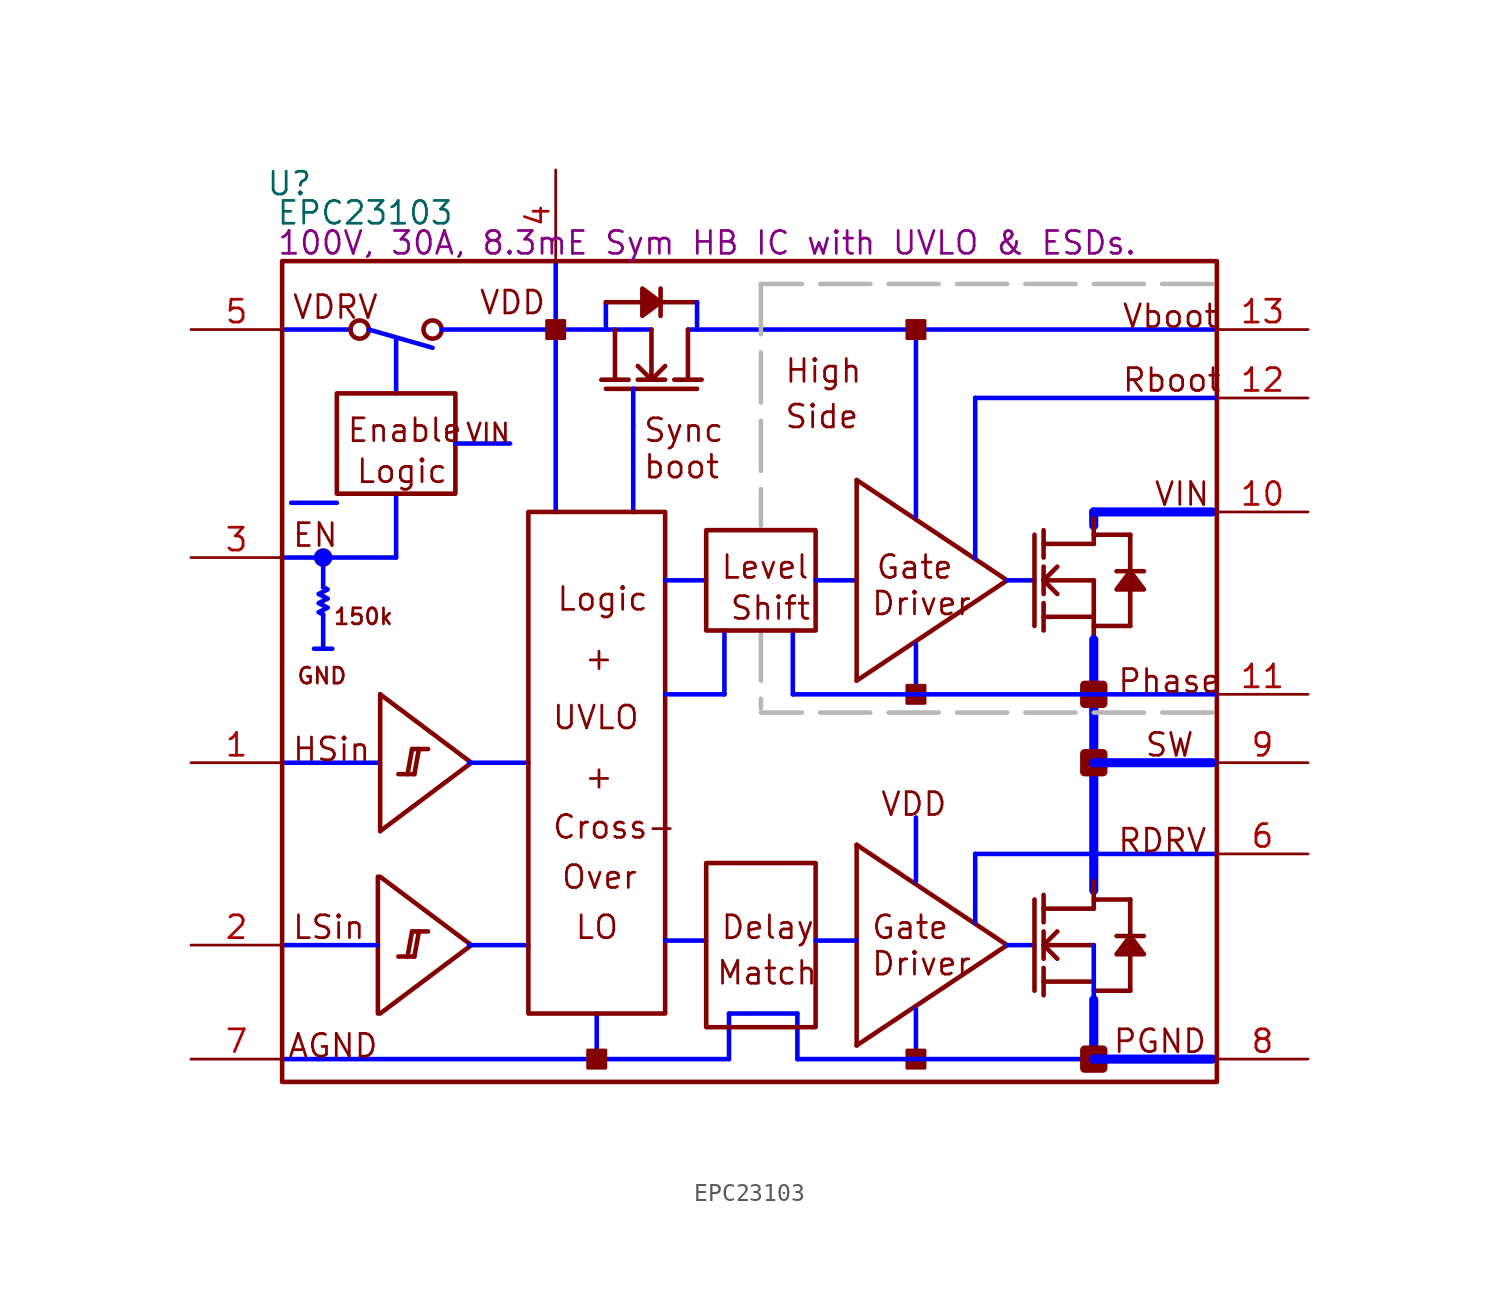
<source format=kicad_sym>
(kicad_symbol_lib
  (version 20220914)
  (generator kicad_symbol_editor)
  (symbol "EPC23103"
    (property "Reference" "U"
      (at 5.486 50.038 0)
      (effects (font (size 1.27 1.27))))
    (property "Value" "EPC23103"
      (at 9.703 48.412 0)
      (effects (font (size 1.27 1.27))))
    (property "Description" "100V, 30A, 8.3mE Sym HB IC with UVLO & ESDs."
      (at 28.753 46.736 0)
      (effects (font (size 1.27 1.27))))
    (symbol "EPC23103_1_0"
      (polyline (pts (xy 5.08 1.27) (xy 29.972 1.27)) (stroke (width 0.254) (type solid) (color 0 0 255 1)) (fill (type none)))
      (polyline (pts (xy 5.08 41.91) (xy 8.89 41.91)) (stroke (width 0.254) (type solid) (color 0 0 255 1)) (fill (type none)))
      (polyline (pts (xy 5.588 32.258) (xy 8.128 32.258)) (stroke (width 0.254) (type solid) (color 0 0 255 1)) (fill (type none)))
      (polyline (pts (xy 7.366 26.035) (xy 7.366 24.13)) (stroke (width 0.254) (type solid) (color 0 0 255 1)) (fill (type none)))
      (polyline (pts (xy 7.366 29.21) (xy 7.366 27.559)) (stroke (width 0.254) (type solid) (color 0 0 255 1)) (fill (type none)))
      (polyline (pts (xy 7.874 24.13) (xy 6.858 24.13)) (stroke (width 0.254) (type solid) (color 0 0 255 1)) (fill (type none)))
      (polyline (pts (xy 9.906 41.91) (xy 13.462 40.894)) (stroke (width 0.254) (type solid) (color 0 0 255 1)) (fill (type none)))
      (polyline (pts (xy 10.414 7.62) (xy 5.08 7.62)) (stroke (width 0.254) (type solid) (color 0 0 255 1)) (fill (type none)))
      (polyline (pts (xy 10.414 11.43) (xy 10.414 3.81)) (stroke (width 0.254) (type solid)) (fill (type none)))
      (polyline (pts (xy 10.414 17.78) (xy 5.08 17.78)) (stroke (width 0.254) (type solid) (color 0 0 255 1)) (fill (type none)))
      (polyline (pts (xy 10.541 3.81) (xy 15.621 7.62)) (stroke (width 0.254) (type solid)) (fill (type none)))
      (polyline (pts (xy 10.541 11.43) (xy 15.621 7.62)) (stroke (width 0.254) (type solid)) (fill (type none)))
      (polyline (pts (xy 10.541 13.97) (xy 15.621 17.78)) (stroke (width 0.254) (type solid)) (fill (type none)))
      (polyline (pts (xy 10.541 21.59) (xy 10.541 13.97)) (stroke (width 0.254) (type solid)) (fill (type none)))
      (polyline (pts (xy 10.541 21.59) (xy 15.621 17.78)) (stroke (width 0.254) (type solid)) (fill (type none)))
      (polyline (pts (xy 11.43 29.21) (xy 5.08 29.21)) (stroke (width 0.254) (type solid) (color 0 0 255 1)) (fill (type none)))
      (polyline (pts (xy 11.43 29.21) (xy 11.43 32.766)) (stroke (width 0.254) (type solid) (color 0 0 255 1)) (fill (type none)))
      (polyline (pts (xy 11.43 38.354) (xy 11.43 41.402)) (stroke (width 0.254) (type solid) (color 0 0 255 1)) (fill (type none)))
      (polyline (pts (xy 12.065 6.985) (xy 12.319 8.382)) (stroke (width 0.254) (type solid)) (fill (type none)))
      (polyline (pts (xy 12.065 17.145) (xy 12.319 18.542)) (stroke (width 0.254) (type solid)) (fill (type none)))
      (polyline (pts (xy 12.446 6.985) (xy 11.557 6.985)) (stroke (width 0.254) (type solid)) (fill (type none)))
      (polyline (pts (xy 12.446 6.985) (xy 12.7 8.382)) (stroke (width 0.254) (type solid)) (fill (type none)))
      (polyline (pts (xy 12.446 17.145) (xy 11.557 17.145)) (stroke (width 0.254) (type solid)) (fill (type none)))
      (polyline (pts (xy 12.446 17.145) (xy 12.7 18.542)) (stroke (width 0.254) (type solid)) (fill (type none)))
      (polyline (pts (xy 13.208 8.382) (xy 12.319 8.382)) (stroke (width 0.254) (type solid)) (fill (type none)))
      (polyline (pts (xy 13.208 18.542) (xy 12.319 18.542)) (stroke (width 0.254) (type solid)) (fill (type none)))
      (polyline (pts (xy 13.97 41.91) (xy 25.654 41.91)) (stroke (width 0.254) (type solid) (color 0 0 255 1)) (fill (type none)))
      (polyline (pts (xy 15.494 7.62) (xy 18.796 7.62)) (stroke (width 0.254) (type solid) (color 0 0 255 1)) (fill (type none)))
      (polyline (pts (xy 15.494 17.78) (xy 18.796 17.78)) (stroke (width 0.254) (type solid) (color 0 0 255 1)) (fill (type none)))
      (polyline (pts (xy 17.78 35.56) (xy 14.732 35.56)) (stroke (width 0.254) (type solid) (color 0 0 255 1)) (fill (type none)))
      (polyline (pts (xy 20.32 31.75) (xy 20.32 45.72)) (stroke (width 0.254) (type solid) (color 0 0 255 1)) (fill (type none)))
      (polyline (pts (xy 22.606 1.27) (xy 22.606 3.81)) (stroke (width 0.254) (type solid) (color 0 0 255 1)) (fill (type none)))
      (polyline (pts (xy 23.114 38.608) (xy 28.194 38.608)) (stroke (width 0.254) (type solid)) (fill (type none)))
      (polyline (pts (xy 23.114 43.434) (xy 23.114 41.91)) (stroke (width 0.254) (type solid) (color 0 0 255 1)) (fill (type none)))
      (polyline (pts (xy 23.114 43.434) (xy 25.146 43.434)) (stroke (width 0.254) (type solid)) (fill (type none)))
      (polyline (pts (xy 23.622 41.91) (xy 23.622 39.116)) (stroke (width 0.254) (type solid)) (fill (type none)))
      (polyline (pts (xy 24.384 39.116) (xy 22.86 39.116)) (stroke (width 0.254) (type solid)) (fill (type none)))
      (polyline (pts (xy 24.638 31.75) (xy 24.638 36.576)) (stroke (width 0.254) (type solid) (color 0 0 255 1)) (fill (type none)))
      (polyline (pts (xy 24.638 38.608) (xy 24.638 36.576)) (stroke (width 0.254) (type solid) (color 0 0 255 1)) (fill (type none)))
      (polyline (pts (xy 25.654 39.116) (xy 24.892 39.878)) (stroke (width 0.254) (type solid)) (fill (type none)))
      (polyline (pts (xy 25.654 39.116) (xy 25.654 41.91)) (stroke (width 0.254) (type solid)) (fill (type none)))
      (polyline (pts (xy 26.162 42.672) (xy 26.162 44.196)) (stroke (width 0.254) (type solid)) (fill (type none)))
      (polyline (pts (xy 26.162 43.434) (xy 28.194 43.434)) (stroke (width 0.254) (type solid)) (fill (type none)))
      (polyline (pts (xy 26.416 27.94) (xy 28.702 27.94)) (stroke (width 0.254) (type solid) (color 0 0 255 1)) (fill (type none)))
      (polyline (pts (xy 26.416 39.116) (xy 24.892 39.116)) (stroke (width 0.254) (type solid)) (fill (type none)))
      (polyline (pts (xy 26.416 39.878) (xy 25.654 39.116)) (stroke (width 0.254) (type solid)) (fill (type none)))
      (polyline (pts (xy 27.686 39.116) (xy 27.686 41.91)) (stroke (width 0.254) (type solid)) (fill (type none)))
      (polyline (pts (xy 27.686 41.91) (xy 57.15 41.91)) (stroke (width 0.254) (type solid) (color 0 0 255 1)) (fill (type none)))
      (polyline (pts (xy 28.194 43.434) (xy 28.194 41.91)) (stroke (width 0.254) (type solid) (color 0 0 255 1)) (fill (type none)))
      (polyline (pts (xy 28.448 39.116) (xy 26.924 39.116)) (stroke (width 0.254) (type solid)) (fill (type none)))
      (polyline (pts (xy 28.702 7.874) (xy 26.416 7.874)) (stroke (width 0.254) (type solid) (color 0 0 255 1)) (fill (type none)))
      (polyline (pts (xy 29.718 21.59) (xy 26.416 21.59)) (stroke (width 0.254) (type solid) (color 0 0 255 1)) (fill (type none)))
      (polyline (pts (xy 29.718 21.59) (xy 29.718 25.146)) (stroke (width 0.254) (type solid) (color 0 0 255 1)) (fill (type none)))
      (polyline (pts (xy 29.972 1.27) (xy 29.972 3.048)) (stroke (width 0.254) (type solid) (color 0 0 255 1)) (fill (type none)))
      (polyline (pts (xy 29.972 3.048) (xy 29.972 3.81)) (stroke (width 0.254) (type solid) (color 0 0 255 1)) (fill (type none)))
      (polyline (pts (xy 29.972 3.81) (xy 33.782 3.81)) (stroke (width 0.254) (type solid) (color 0 0 255 1)) (fill (type none)))
      (polyline (pts (xy 31.75 25.146) (xy 31.75 20.828)) (stroke (width 0.254) (type dash) (color 183 183 183 1)) (fill (type none)))
      (polyline (pts (xy 31.75 44.45) (xy 31.75 30.988)) (stroke (width 0.254) (type dash) (color 183 183 183 1)) (fill (type none)))
      (polyline (pts (xy 33.528 21.59) (xy 33.528 25.146)) (stroke (width 0.254) (type solid) (color 0 0 255 1)) (fill (type none)))
      (polyline (pts (xy 33.782 1.27) (xy 33.782 3.048)) (stroke (width 0.254) (type solid) (color 0 0 255 1)) (fill (type none)))
      (polyline (pts (xy 33.782 3.048) (xy 33.782 3.81)) (stroke (width 0.254) (type solid) (color 0 0 255 1)) (fill (type none)))
      (polyline (pts (xy 34.798 27.94) (xy 37.084 27.94)) (stroke (width 0.254) (type solid) (color 0 0 255 1)) (fill (type none)))
      (polyline (pts (xy 37.084 2.032) (xy 45.466 7.62)) (stroke (width 0.254) (type solid)) (fill (type none)))
      (polyline (pts (xy 37.084 7.874) (xy 34.798 7.874)) (stroke (width 0.254) (type solid) (color 0 0 255 1)) (fill (type none)))
      (polyline (pts (xy 37.084 13.208) (xy 37.084 2.032)) (stroke (width 0.254) (type solid)) (fill (type none)))
      (polyline (pts (xy 37.084 13.208) (xy 45.466 7.62)) (stroke (width 0.254) (type solid)) (fill (type none)))
      (polyline (pts (xy 37.084 22.352) (xy 45.466 27.94)) (stroke (width 0.254) (type solid)) (fill (type none)))
      (polyline (pts (xy 37.084 33.528) (xy 37.084 22.352)) (stroke (width 0.254) (type solid)) (fill (type none)))
      (polyline (pts (xy 37.084 33.528) (xy 45.466 27.94)) (stroke (width 0.254) (type solid)) (fill (type none)))
      (polyline (pts (xy 40.386 1.27) (xy 40.386 4.064)) (stroke (width 0.254) (type solid) (color 0 0 255 1)) (fill (type none)))
      (polyline (pts (xy 40.386 11.176) (xy 40.386 14.732)) (stroke (width 0.254) (type solid) (color 0 0 255 1)) (fill (type none)))
      (polyline (pts (xy 40.386 21.59) (xy 40.386 24.384)) (stroke (width 0.254) (type solid) (color 0 0 255 1)) (fill (type none)))
      (polyline (pts (xy 40.386 31.496) (xy 40.386 41.91)) (stroke (width 0.254) (type solid) (color 0 0 255 1)) (fill (type none)))
      (polyline (pts (xy 43.688 8.89) (xy 43.688 12.7)) (stroke (width 0.254) (type solid) (color 0 0 255 1)) (fill (type none)))
      (polyline (pts (xy 43.688 12.7) (xy 57.15 12.7)) (stroke (width 0.254) (type solid) (color 0 0 255 1)) (fill (type none)))
      (polyline (pts (xy 43.688 29.21) (xy 43.688 38.1)) (stroke (width 0.254) (type solid) (color 0 0 255 1)) (fill (type none)))
      (polyline (pts (xy 45.466 7.62) (xy 46.99 7.62)) (stroke (width 0.254) (type solid) (color 0 0 255 1)) (fill (type none)))
      (polyline (pts (xy 45.466 27.94) (xy 46.99 27.94)) (stroke (width 0.254) (type solid) (color 0 0 255 1)) (fill (type none)))
      (polyline (pts (xy 46.99 10.16) (xy 46.99 5.08)) (stroke (width 0.254) (type solid)) (fill (type none)))
      (polyline (pts (xy 46.99 30.48) (xy 46.99 25.4)) (stroke (width 0.254) (type solid)) (fill (type none)))
      (polyline (pts (xy 47.498 4.826) (xy 47.498 6.35)) (stroke (width 0.254) (type solid)) (fill (type none)))
      (polyline (pts (xy 47.498 5.588) (xy 50.292 5.588)) (stroke (width 0.254) (type solid)) (fill (type none)))
      (polyline (pts (xy 47.498 6.858) (xy 47.498 8.382)) (stroke (width 0.254) (type solid)) (fill (type none)))
      (polyline (pts (xy 47.498 7.62) (xy 48.26 8.382)) (stroke (width 0.254) (type solid)) (fill (type none)))
      (polyline (pts (xy 47.498 7.62) (xy 50.292 7.62)) (stroke (width 0.254) (type solid)) (fill (type none)))
      (polyline (pts (xy 47.498 8.89) (xy 47.498 10.414)) (stroke (width 0.254) (type solid)) (fill (type none)))
      (polyline (pts (xy 47.498 25.146) (xy 47.498 26.67)) (stroke (width 0.254) (type solid)) (fill (type none)))
      (polyline (pts (xy 47.498 25.908) (xy 50.292 25.908)) (stroke (width 0.254) (type solid)) (fill (type none)))
      (polyline (pts (xy 47.498 27.178) (xy 47.498 28.702)) (stroke (width 0.254) (type solid)) (fill (type none)))
      (polyline (pts (xy 47.498 27.94) (xy 48.26 28.702)) (stroke (width 0.254) (type solid)) (fill (type none)))
      (polyline (pts (xy 47.498 27.94) (xy 50.292 27.94)) (stroke (width 0.254) (type solid)) (fill (type none)))
      (polyline (pts (xy 47.498 29.21) (xy 47.498 30.734)) (stroke (width 0.254) (type solid)) (fill (type none)))
      (polyline (pts (xy 48.26 6.858) (xy 47.498 7.62)) (stroke (width 0.254) (type solid)) (fill (type none)))
      (polyline (pts (xy 48.26 27.178) (xy 47.498 27.94)) (stroke (width 0.254) (type solid)) (fill (type none)))
      (polyline (pts (xy 50.292 1.27) (xy 33.782 1.27)) (stroke (width 0.254) (type solid) (color 0 0 255 1)) (fill (type none)))
      (polyline (pts (xy 50.292 1.27) (xy 50.292 7.62)) (stroke (width 0.254) (type solid) (color 0 0 255 1)) (fill (type none)))
      (polyline (pts (xy 50.292 1.524) (xy 50.292 4.572)) (stroke (width 0.508) (type solid) (color 0 0 255 1)) (fill (type none)))
      (polyline (pts (xy 50.292 5.08) (xy 52.324 5.08)) (stroke (width 0.254) (type solid)) (fill (type none)))
      (polyline (pts (xy 50.292 9.652) (xy 47.498 9.652)) (stroke (width 0.254) (type solid)) (fill (type none)))
      (polyline (pts (xy 50.292 9.652) (xy 50.292 11.176)) (stroke (width 0.254) (type solid)) (fill (type none)))
      (polyline (pts (xy 50.292 10.16) (xy 52.324 10.16)) (stroke (width 0.254) (type solid)) (fill (type none)))
      (polyline (pts (xy 50.292 10.668) (xy 50.292 21.59)) (stroke (width 0.508) (type solid) (color 0 0 255 1)) (fill (type none)))
      (polyline (pts (xy 50.292 21.59) (xy 50.292 24.638)) (stroke (width 0.508) (type solid) (color 0 0 255 1)) (fill (type none)))
      (polyline (pts (xy 50.292 25.4) (xy 52.324 25.4)) (stroke (width 0.254) (type solid)) (fill (type none)))
      (polyline (pts (xy 50.292 27.94) (xy 50.292 22.86)) (stroke (width 0.254) (type solid)) (fill (type none)))
      (polyline (pts (xy 50.292 29.972) (xy 47.498 29.972)) (stroke (width 0.254) (type solid)) (fill (type none)))
      (polyline (pts (xy 50.292 29.972) (xy 50.292 31.496)) (stroke (width 0.254) (type solid)) (fill (type none)))
      (polyline (pts (xy 50.292 30.48) (xy 52.324 30.48)) (stroke (width 0.254) (type solid)) (fill (type none)))
      (polyline (pts (xy 50.292 30.988) (xy 50.292 31.75)) (stroke (width 0.508) (type solid) (color 0 0 255 1)) (fill (type none)))
      (polyline (pts (xy 50.292 31.75) (xy 57.15 31.75)) (stroke (width 0.254) (type solid) (color 0 0 255 1)) (fill (type none)))
      (polyline (pts (xy 52.324 7.112) (xy 52.324 5.08)) (stroke (width 0.254) (type solid)) (fill (type none)))
      (polyline (pts (xy 52.324 10.16) (xy 52.324 8.128)) (stroke (width 0.254) (type solid)) (fill (type none)))
      (polyline (pts (xy 52.324 27.432) (xy 52.324 25.4)) (stroke (width 0.254) (type solid)) (fill (type none)))
      (polyline (pts (xy 52.324 30.48) (xy 52.324 28.448)) (stroke (width 0.254) (type solid)) (fill (type none)))
      (polyline (pts (xy 53.086 8.128) (xy 51.562 8.128)) (stroke (width 0.254) (type solid)) (fill (type none)))
      (polyline (pts (xy 53.086 28.448) (xy 51.562 28.448)) (stroke (width 0.254) (type solid)) (fill (type none)))
      (polyline (pts (xy 56.896 1.27) (xy 50.292 1.27)) (stroke (width 0.508) (type solid) (color 0 0 255 1)) (fill (type none)))
      (polyline (pts (xy 56.896 17.78) (xy 50.292 17.78)) (stroke (width 0.508) (type solid) (color 0 0 255 1)) (fill (type none)))
      (polyline (pts (xy 56.896 20.574) (xy 31.75 20.574)) (stroke (width 0.254) (type dash) (color 183 183 183 1)) (fill (type none)))
      (polyline (pts (xy 56.896 31.75) (xy 50.292 31.75)) (stroke (width 0.508) (type solid) (color 0 0 255 1)) (fill (type none)))
      (polyline (pts (xy 56.896 44.45) (xy 31.75 44.45)) (stroke (width 0.254) (type dash) (color 183 183 183 1)) (fill (type none)))
      (polyline (pts (xy 57.15 17.78) (xy 50.292 17.78)) (stroke (width 0.254) (type solid) (color 0 0 255 1)) (fill (type none)))
      (polyline (pts (xy 57.15 21.59) (xy 33.528 21.59)) (stroke (width 0.254) (type solid) (color 0 0 255 1)) (fill (type none)))
      (polyline (pts (xy 57.15 38.1) (xy 43.688 38.1)) (stroke (width 0.254) (type solid) (color 0 0 255 1)) (fill (type none)))
      (polyline (pts (xy 26.162 43.434) (xy 25.146 44.196) (xy 25.146 42.672) (xy 26.162 43.434)) (stroke (width 0.254) (type solid)) (fill (type outline)))
      (polyline (pts (xy 52.324 8.128) (xy 51.562 7.112) (xy 53.086 7.112) (xy 52.324 8.128)) (stroke (width 0.254) (type solid)) (fill (type outline)))
      (polyline (pts (xy 52.324 28.448) (xy 51.562 27.432) (xy 53.086 27.432) (xy 52.324 28.448)) (stroke (width 0.254) (type solid)) (fill (type outline)))
      (polyline (pts (xy 7.366 26.035) (xy 7.112 26.162) (xy 7.62 26.416) (xy 7.112 26.67) (xy 7.62 26.924) (xy 7.112 27.178) (xy 7.62 27.432) (xy 7.366 27.559)) (stroke (width 0.254) (type solid) (color 0 0 255 1)) (fill (type none)))
      (circle (center 7.366 29.21) (radius 0.508) (stroke (width 0.0001) (type solid)) (fill (type color) (color 0 0 255 1)))
      (circle (center 9.398 41.91) (radius 0.508) (stroke (width 0.254) (type solid)) (fill (type none)))
      (circle (center 13.462 41.91) (radius 0.508) (stroke (width 0.254) (type solid)) (fill (type none)))
      (rectangle (start 14.732 38.354) (end 8.128 32.766) (stroke (width 0.254) (type solid)) (fill (type none)))
      (rectangle (start 20.828 42.418) (end 19.812 41.402) (stroke (width 0) (type solid)) (fill (type outline)))
      (rectangle (start 23.114 1.778) (end 22.098 0.762) (stroke (width 0) (type solid)) (fill (type outline)))
      (rectangle (start 26.416 31.75) (end 18.796 3.81) (stroke (width 0.254) (type solid)) (fill (type none)))
      (rectangle (start 34.798 12.192) (end 28.702 3.048) (stroke (width 0.254) (type solid)) (fill (type none)))
      (rectangle (start 34.798 30.734) (end 28.702 25.146) (stroke (width 0.254) (type solid)) (fill (type none)))
      (rectangle (start 40.894 1.778) (end 39.878 0.762) (stroke (width 0) (type solid)) (fill (type outline)))
      (rectangle (start 40.894 22.098) (end 39.878 21.082) (stroke (width 0) (type solid)) (fill (type outline)))
      (rectangle (start 40.894 42.418) (end 39.878 41.402) (stroke (width 0) (type solid)) (fill (type outline)))
      (rectangle (start 50.8 1.778) (end 49.784 0.762) (stroke (width 0.508) (type solid)) (fill (type outline)))
      (rectangle (start 50.8 18.288) (end 49.784 17.272) (stroke (width 0.508) (type solid)) (fill (type outline)))
      (rectangle (start 50.8 22.098) (end 49.784 21.082) (stroke (width 0.508) (type solid)) (fill (type outline)))
      (rectangle (start 57.15 45.72) (end 5.08 0) (stroke (width 0.254) (type solid)) (fill (type none)))
      (text "+" (at 21.844 16.256 0) (effects (font (size 1.27 1.27)) (justify left bottom)))
      (text "+" (at 21.844 22.86 0) (effects (font (size 1.27 1.27)) (justify left bottom)))
      (text "150k" (at 7.874 25.4 0) (effects (font (size 0.889 0.889)) (justify left bottom)))
      (text "AGND" (at 5.334 1.27 0) (effects (font (size 1.27 1.27)) (justify left bottom)))
      (text "boot" (at 25.146 33.528 0) (effects (font (size 1.27 1.27)) (justify left bottom)))
      (text "Cross-" (at 20.066 13.462 0) (effects (font (size 1.27 1.27)) (justify left bottom)))
      (text "Delay" (at 29.464 7.874 0) (effects (font (size 1.27 1.27)) (justify left bottom)))
      (text "Driver" (at 37.846 5.842 0) (effects (font (size 1.27 1.27)) (justify left bottom)))
      (text "Driver" (at 37.846 25.908 0) (effects (font (size 1.27 1.27)) (justify left bottom)))
      (text "EN" (at 5.588 29.718 0) (effects (font (size 1.27 1.27)) (justify left bottom)))
      (text "Enable" (at 8.636 35.56 0) (effects (font (size 1.27 1.27)) (justify left bottom)))
      (text "Gate" (at 37.846 7.874 0) (effects (font (size 1.27 1.27)) (justify left bottom)))
      (text "Gate" (at 38.1 27.94 0) (effects (font (size 1.27 1.27)) (justify left bottom)))
      (text "GND" (at 5.842 22.098 0) (effects (font (size 0.889 0.889)) (justify left bottom)))
      (text "High" (at 33.02 38.862 0) (effects (font (size 1.27 1.27)) (justify left bottom)))
      (text "HSin" (at 5.588 17.78 0) (effects (font (size 1.27 1.27)) (justify left bottom)))
      (text "Level" (at 29.464 27.94 0) (effects (font (size 1.27 1.27)) (justify left bottom)))
      (text "LO" (at 21.336 7.874 0) (effects (font (size 1.27 1.27)) (justify left bottom)))
      (text "Logic" (at 9.144 33.274 0) (effects (font (size 1.27 1.27)) (justify left bottom)))
      (text "Logic" (at 20.32 26.162 0) (effects (font (size 1.27 1.27)) (justify left bottom)))
      (text "LSin" (at 5.588 7.874 0) (effects (font (size 1.27 1.27)) (justify left bottom)))
      (text "Match" (at 29.21 5.334 0) (effects (font (size 1.27 1.27)) (justify left bottom)))
      (text "Over" (at 20.574 10.668 0) (effects (font (size 1.27 1.27)) (justify left bottom)))
      (text "PGND" (at 51.308 1.524 0) (effects (font (size 1.27 1.27)) (justify left bottom)))
      (text "Phase" (at 51.562 21.59 0) (effects (font (size 1.27 1.27)) (justify left bottom)))
      (text "Rboot" (at 51.816 38.354 0) (effects (font (size 1.27 1.27)) (justify left bottom)))
      (text "RDRV" (at 51.562 12.7 0) (effects (font (size 1.27 1.27)) (justify left bottom)))
      (text "Shift" (at 29.972 25.654 0) (effects (font (size 1.27 1.27)) (justify left bottom)))
      (text "Side" (at 33.02 36.322 0) (effects (font (size 1.27 1.27)) (justify left bottom)))
      (text "SW" (at 53.086 18.034 0) (effects (font (size 1.27 1.27)) (justify left bottom)))
      (text "Sync" (at 25.146 35.56 0) (effects (font (size 1.27 1.27)) (justify left bottom)))
      (text "UVLO" (at 20.066 19.558 0) (effects (font (size 1.27 1.27)) (justify left bottom)))
      (text "Vboot" (at 51.816 41.91 0) (effects (font (size 1.27 1.27)) (justify left bottom)))
      (text "VDD" (at 16.002 42.672 0) (effects (font (size 1.27 1.27)) (justify left bottom)))
      (text "VDD" (at 38.354 14.732 0) (effects (font (size 1.27 1.27)) (justify left bottom)))
      (text "VDRV" (at 5.588 42.418 0) (effects (font (size 1.27 1.27)) (justify left bottom)))
      (text "VIN" (at 15.24 35.56 0) (effects (font (size 1.016 1.016)) (justify left bottom)))
      (text "VIN" (at 53.594 32.004 0) (effects (font (size 1.27 1.27)) (justify left bottom)))
      (pin passive line (at 0 17.78 0) (length 5.08) (name "HSin" (effects (font (size 0 0)))) (number "1" (effects (font (size 1.27 1.27)))))
      (pin passive line (at 62.23 31.75 180) (length 5.08) (name "VIN" (effects (font (size 0 0)))) (number "10" (effects (font (size 1.27 1.27)))))
      (pin passive line (at 62.23 21.59 180) (length 5.08) (name "Phase" (effects (font (size 0 0)))) (number "11" (effects (font (size 1.27 1.27)))))
      (pin passive line (at 62.23 38.1 180) (length 5.08) (name "Rboot" (effects (font (size 0 0)))) (number "12" (effects (font (size 1.27 1.27)))))
      (pin passive line (at 62.23 41.91 180) (length 5.08) (name "Vboot" (effects (font (size 0 0)))) (number "13" (effects (font (size 1.27 1.27)))))
      (pin passive line (at 0 7.62 0) (length 5.08) (name "LSin" (effects (font (size 0 0)))) (number "2" (effects (font (size 1.27 1.27)))))
      (pin passive line (at 0 29.21 0) (length 5.08) (name "ENb" (effects (font (size 0 0)))) (number "3" (effects (font (size 1.27 1.27)))))
      (pin passive line (at 20.32 50.8 270) (length 5.08) (name "VDD" (effects (font (size 0 0)))) (number "4" (effects (font (size 1.27 1.27)))))
      (pin passive line (at 0 41.91 0) (length 5.08) (name "VDRV" (effects (font (size 0 0)))) (number "5" (effects (font (size 1.27 1.27)))))
      (pin passive line (at 62.23 12.7 180) (length 5.08) (name "RDRV" (effects (font (size 0 0)))) (number "6" (effects (font (size 1.27 1.27)))))
      (pin passive line (at 0 1.27 0) (length 5.08) (name "AGND" (effects (font (size 0 0)))) (number "7" (effects (font (size 1.27 1.27)))))
      (pin passive line (at 62.23 1.27 180) (length 5.08) (name "PGND" (effects (font (size 0 0)))) (number "8" (effects (font (size 1.27 1.27)))))
      (pin passive line (at 62.23 17.78 180) (length 5.08) (name "SW" (effects (font (size 0 0)))) (number "9" (effects (font (size 1.27 1.27))))))))
</source>
